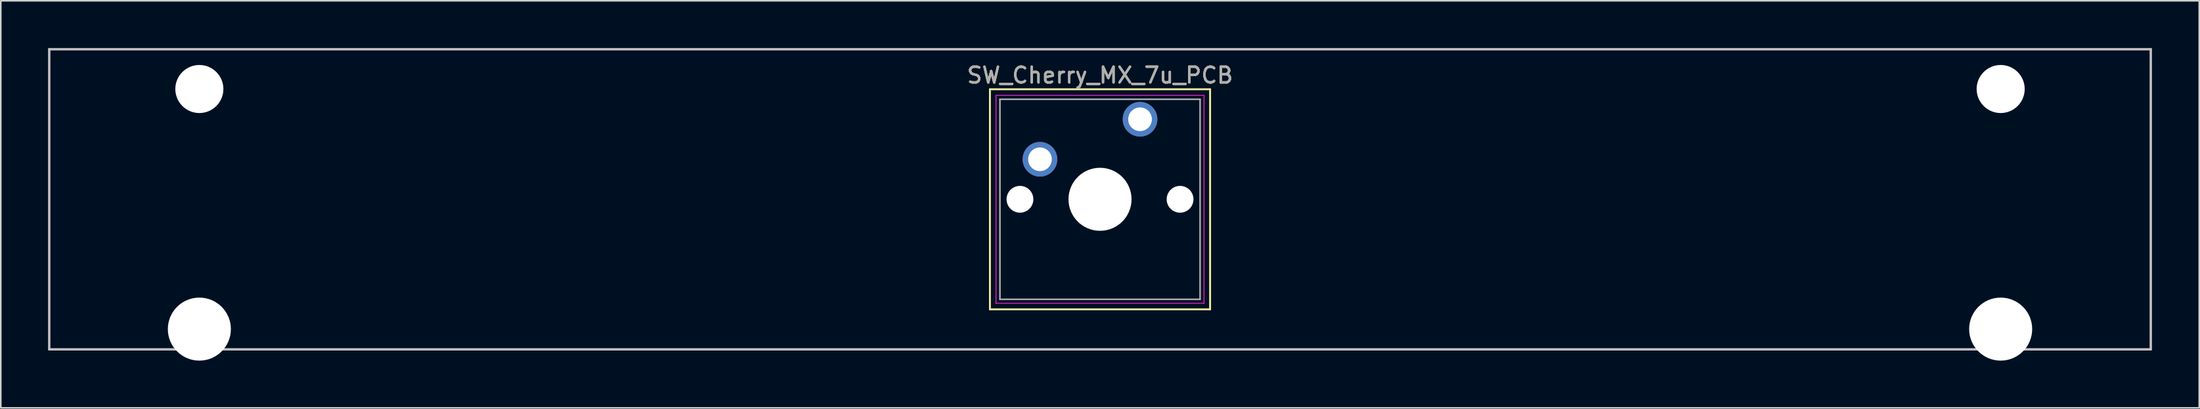
<source format=kicad_pcb>
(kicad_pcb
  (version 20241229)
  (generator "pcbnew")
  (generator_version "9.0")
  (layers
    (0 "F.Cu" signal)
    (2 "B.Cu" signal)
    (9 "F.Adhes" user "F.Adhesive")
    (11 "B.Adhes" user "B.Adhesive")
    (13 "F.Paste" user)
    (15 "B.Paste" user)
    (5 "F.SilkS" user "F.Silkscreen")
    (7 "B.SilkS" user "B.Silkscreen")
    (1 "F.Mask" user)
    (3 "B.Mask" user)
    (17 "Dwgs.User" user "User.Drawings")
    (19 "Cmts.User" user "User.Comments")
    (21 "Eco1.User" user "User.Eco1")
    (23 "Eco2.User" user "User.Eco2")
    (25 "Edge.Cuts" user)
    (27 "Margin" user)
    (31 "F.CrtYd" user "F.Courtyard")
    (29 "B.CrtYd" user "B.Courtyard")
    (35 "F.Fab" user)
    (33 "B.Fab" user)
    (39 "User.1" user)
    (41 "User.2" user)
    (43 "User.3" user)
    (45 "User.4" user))
  (footprint "SW_Cherry_MX_7u_PCB"
    (layer "F.Cu")
    (at 69.29 4.52)
    (property "Reference" "SW_Cherry_MX_7u_PCB" (at -2.54 -2.794 0) (layer "F.SilkS") (effects (font (size 1 1) (thickness 0.15))))
    (attr through_hole)
    (fp_line (start -9.525 -1.905) (end 4.445 -1.905) (stroke (width 0.12) (type solid)) (layer "F.SilkS"))
    (fp_line (start -9.525 12.065) (end -9.525 -1.905) (stroke (width 0.12) (type solid)) (layer "F.SilkS"))
    (fp_line (start 4.445 -1.905) (end 4.445 12.065) (stroke (width 0.12) (type solid)) (layer "F.SilkS"))
    (fp_line (start 4.445 12.065) (end -9.525 12.065) (stroke (width 0.12) (type solid)) (layer "F.SilkS"))
    (fp_line (start -69.215 -4.445) (end 64.135 -4.445) (stroke (width 0.15) (type solid)) (layer "Dwgs.User"))
    (fp_line (start -69.215 14.605) (end -69.215 -4.445) (stroke (width 0.15) (type solid)) (layer "Dwgs.User"))
    (fp_line (start 64.135 -4.445) (end 64.135 14.605) (stroke (width 0.15) (type solid)) (layer "Dwgs.User"))
    (fp_line (start 64.135 14.605) (end -69.215 14.605) (stroke (width 0.15) (type solid)) (layer "Dwgs.User"))
    (fp_line (start -9.14 -1.52) (end 4.06 -1.52) (stroke (width 0.05) (type solid)) (layer "F.CrtYd"))
    (fp_line (start -9.14 11.68) (end -9.14 -1.52) (stroke (width 0.05) (type solid)) (layer "F.CrtYd"))
    (fp_line (start 4.06 -1.52) (end 4.06 11.68) (stroke (width 0.05) (type solid)) (layer "F.CrtYd"))
    (fp_line (start 4.06 11.68) (end -9.14 11.68) (stroke (width 0.05) (type solid)) (layer "F.CrtYd"))
    (fp_line (start -8.89 -1.27) (end 3.81 -1.27) (stroke (width 0.1) (type solid)) (layer "F.Fab"))
    (fp_line (start -8.89 11.43) (end -8.89 -1.27) (stroke (width 0.1) (type solid)) (layer "F.Fab"))
    (fp_line (start 3.81 -1.27) (end 3.81 11.43) (stroke (width 0.1) (type solid)) (layer "F.Fab"))
    (fp_line (start 3.81 11.43) (end -8.89 11.43) (stroke (width 0.1) (type solid)) (layer "F.Fab"))
    (fp_text user "${REFERENCE}" (at -2.54 -2.794 0) (layer "F.Fab") (effects (font (size 1 1) (thickness 0.15))))
    (pad "" np_thru_hole circle (at -59.69 -1.92) (size 3.05 3.05) (drill 3.05) (layers "*.Cu" "*.Mask"))
    (pad "" np_thru_hole circle (at -59.69 13.32) (size 4 4) (drill 4) (layers "*.Cu" "*.Mask"))
    (pad "" np_thru_hole circle (at -7.62 5.08) (size 1.7 1.7) (drill 1.7) (layers "*.Cu" "*.Mask"))
    (pad "" np_thru_hole circle (at -2.54 5.08) (size 4 4) (drill 4) (layers "*.Cu" "*.Mask"))
    (pad "" np_thru_hole circle (at 2.54 5.08) (size 1.7 1.7) (drill 1.7) (layers "*.Cu" "*.Mask"))
    (pad "" np_thru_hole circle (at 54.61 -1.92) (size 3.05 3.05) (drill 3.05) (layers "*.Cu" "*.Mask"))
    (pad "" np_thru_hole circle (at 54.61 13.32) (size 4 4) (drill 4) (layers "*.Cu" "*.Mask"))
    (pad "1" thru_hole circle (at 0 0) (size 2.2 2.2) (drill 1.5) (layers "*.Cu" "*.Mask"))
    (pad "2" thru_hole circle (at -6.35 2.54) (size 2.2 2.2) (drill 1.5) (layers "*.Cu" "*.Mask")))
  (gr_rect
    (start -3 -3)
    (end 136.5 22.84)
    (stroke (width 0.1) (type default))
    (fill no)
    (layer "Edge.Cuts")))
</source>
